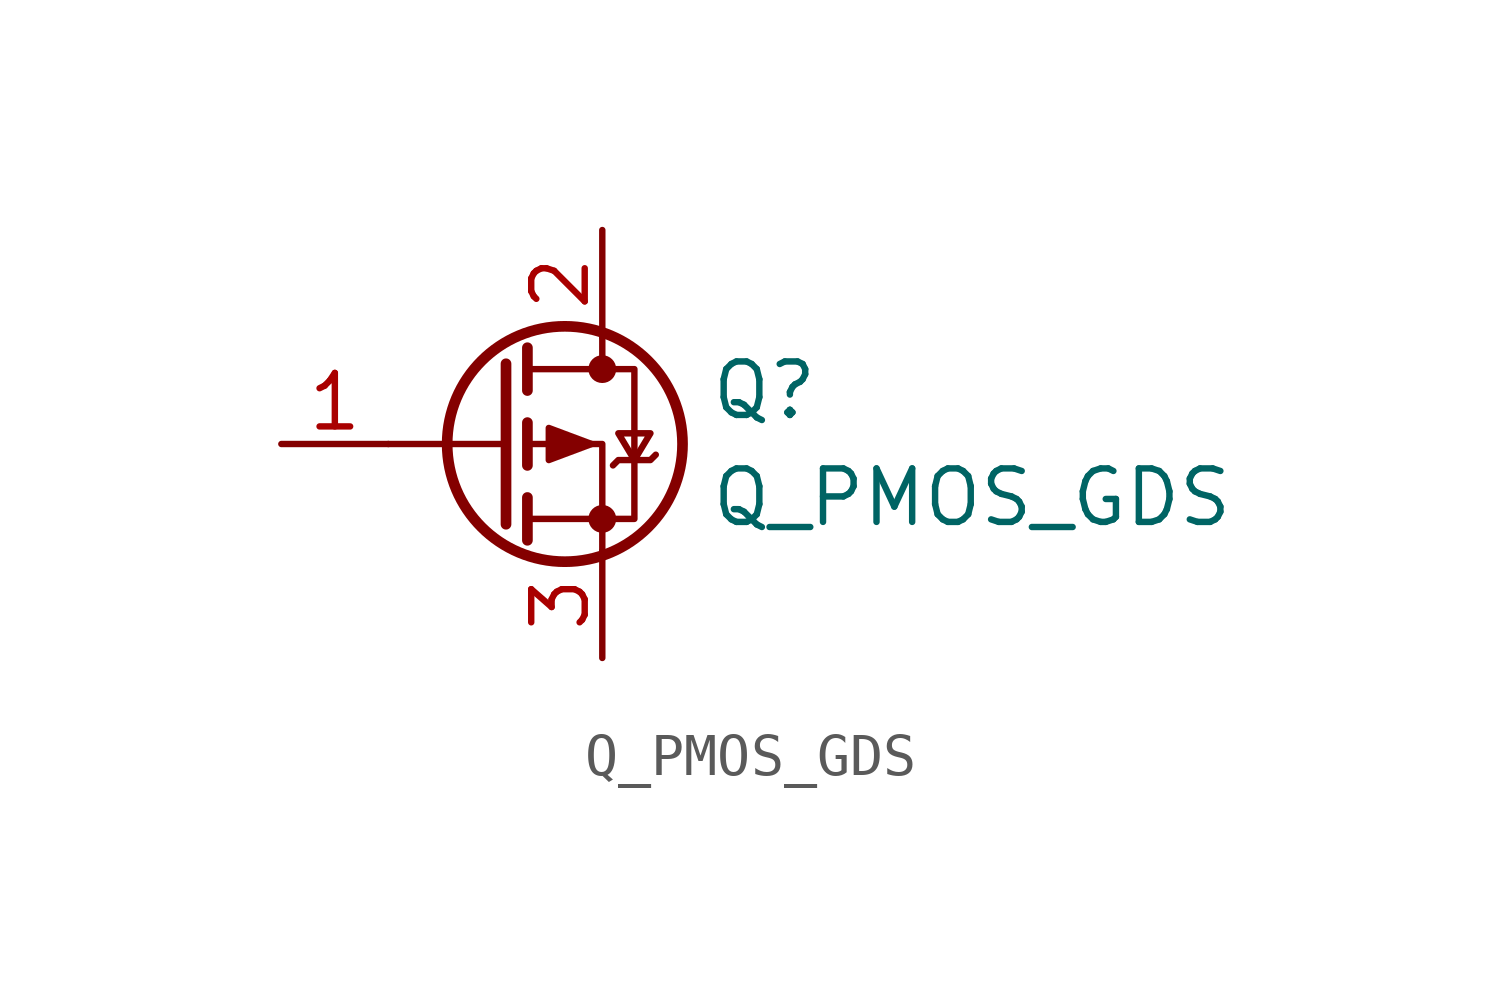
<source format=kicad_sym>
(kicad_symbol_lib
  (version 20220914)
  (generator kicad_symbol_editor)
  (symbol "Q_PMOS_GDS"
    (pin_names hide)
    (property "Reference" "Q"
      (at 5.08 1.27 0)
      (effects (font (size 1.27 1.27)) (justify left)))
    (property "Value" "Q_PMOS_GDS"
      (at 5.08 -1.27 0)
      (effects (font (size 1.27 1.27)) (justify left)))
    (symbol "Q_PMOS_GDS_0_1"
      (polyline (pts (xy 0.254 0) (xy -2.54 0)) (stroke (width 0) (type default)) (fill (type none)))
      (polyline (pts (xy 0.254 1.905) (xy 0.254 -1.905)) (stroke (width 0.254) (type default)) (fill (type none)))
      (polyline (pts (xy 0.762 -1.27) (xy 0.762 -2.286)) (stroke (width 0.254) (type default)) (fill (type none)))
      (polyline (pts (xy 0.762 0.508) (xy 0.762 -0.508)) (stroke (width 0.254) (type default)) (fill (type none)))
      (polyline (pts (xy 0.762 2.286) (xy 0.762 1.27)) (stroke (width 0.254) (type default)) (fill (type none)))
      (polyline (pts (xy 2.54 2.54) (xy 2.54 1.778)) (stroke (width 0) (type default)) (fill (type none)))
      (polyline (pts (xy 2.54 -2.54) (xy 2.54 0) (xy 0.762 0)) (stroke (width 0) (type default)) (fill (type none)))
      (polyline (pts (xy 0.762 1.778) (xy 3.302 1.778) (xy 3.302 -1.778) (xy 0.762 -1.778)) (stroke (width 0) (type default)) (fill (type none)))
      (polyline (pts (xy 2.286 0) (xy 1.27 0.381) (xy 1.27 -0.381) (xy 2.286 0)) (stroke (width 0) (type default)) (fill (type outline)))
      (polyline (pts (xy 2.794 -0.508) (xy 2.921 -0.381) (xy 3.683 -0.381) (xy 3.81 -0.254)) (stroke (width 0) (type default)) (fill (type none)))
      (polyline (pts (xy 3.302 -0.381) (xy 2.921 0.254) (xy 3.683 0.254) (xy 3.302 -0.381)) (stroke (width 0) (type default)) (fill (type none)))
      (circle (center 1.651 0) (radius 2.794) (stroke (width 0.254) (type default)) (fill (type none)))
      (circle (center 2.54 -1.778) (radius 0.254) (stroke (width 0) (type default)) (fill (type outline)))
      (circle (center 2.54 1.778) (radius 0.254) (stroke (width 0) (type default)) (fill (type outline))))
    (symbol "Q_PMOS_GDS_1_1"
      (pin input line (at -5.08 0 0) (length 2.54) (name "G" (effects (font (size 1.27 1.27)))) (number "1" (effects (font (size 1.27 1.27)))))
      (pin passive line (at 2.54 5.08 270) (length 2.54) (name "D" (effects (font (size 1.27 1.27)))) (number "2" (effects (font (size 1.27 1.27)))))
      (pin passive line (at 2.54 -5.08 90) (length 2.54) (name "S" (effects (font (size 1.27 1.27)))) (number "3" (effects (font (size 1.27 1.27))))))))
</source>
